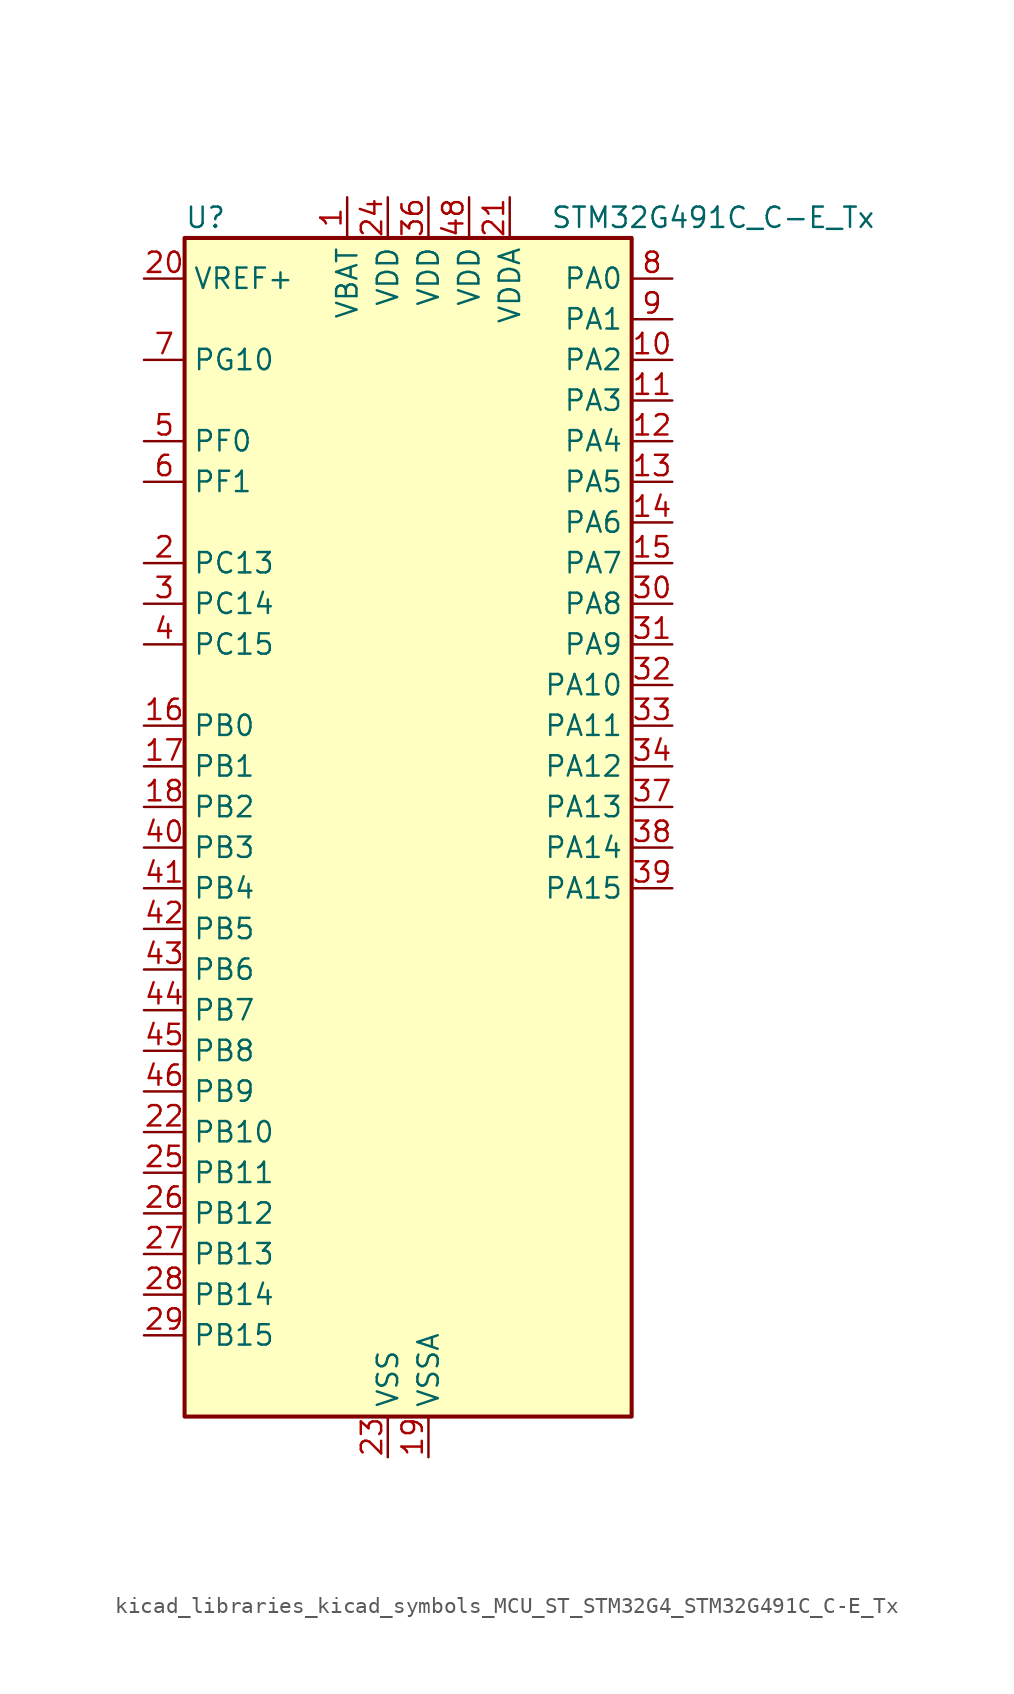
<source format=kicad_sym>
(kicad_symbol_lib
  (version 20220914)
  (generator kicad_symbol_editor)
  (symbol "kicad_libraries_kicad_symbols_MCU_ST_STM32G4_STM32G491C_C-E_Tx"
    (property "Reference" "U"
      (at -12.7 39.37 0)
      (effects (font (size 1.27 1.27)) (justify left)))
    (property "Value" "STM32G491C_C-E_Tx"
      (at 10.16 39.37 0)
      (effects (font (size 1.27 1.27)) (justify left)))
    (property "ki_locked" ""
      (at 0 0 0)
      (effects (font (size 1.27 1.27))))
    (symbol "kicad_libraries_kicad_symbols_MCU_ST_STM32G4_STM32G491C_C-E_Tx_0_1"
      (rectangle (start -12.7 -35.56) (end 15.24 38.1) (stroke (width 0.254) (type default)) (fill (type background))))
    (symbol "kicad_libraries_kicad_symbols_MCU_ST_STM32G4_STM32G491C_C-E_Tx_1_1"
      (pin power_in line (at -2.54 40.64 270) (length 2.54) (name "VBAT" (effects (font (size 1.27 1.27)))) (number "1" (effects (font (size 1.27 1.27)))))
      (pin bidirectional line (at 17.78 30.48 180) (length 2.54) (name "PA2" (effects (font (size 1.27 1.27)))) (number "10" (effects (font (size 1.27 1.27)))) (alternate "ADC1_IN3" bidirectional line) (alternate "ADC3_EXTI2" bidirectional line) (alternate "COMP2_INM" bidirectional line) (alternate "COMP2_OUT" bidirectional line) (alternate "LPUART1_TX" bidirectional line) (alternate "OPAMP1_VOUT" bidirectional line) (alternate "QUADSPI1_BK1_NCS" bidirectional line) (alternate "RCC_LSCO" bidirectional line) (alternate "SYS_WKUP4" bidirectional line) (alternate "TIM15_CH1" bidirectional line) (alternate "TIM2_CH3" bidirectional line) (alternate "UCPD1_FRSTX1" bidirectional line) (alternate "UCPD1_FRSTX2" bidirectional line) (alternate "USART2_TX" bidirectional line))
      (pin bidirectional line (at 17.78 27.94 180) (length 2.54) (name "PA3" (effects (font (size 1.27 1.27)))) (number "11" (effects (font (size 1.27 1.27)))) (alternate "ADC1_IN4" bidirectional line) (alternate "ADC3_EXTI3" bidirectional line) (alternate "COMP2_INP" bidirectional line) (alternate "LPUART1_RX" bidirectional line) (alternate "OPAMP1_VINM" bidirectional line) (alternate "OPAMP1_VINM0" bidirectional line) (alternate "OPAMP1_VINM_SEC" bidirectional line) (alternate "OPAMP1_VINP" bidirectional line) (alternate "OPAMP1_VINP_SEC" bidirectional line) (alternate "QUADSPI1_CLK" bidirectional line) (alternate "SAI1_CK1" bidirectional line) (alternate "SAI1_MCLK_A" bidirectional line) (alternate "TIM15_CH2" bidirectional line) (alternate "TIM2_CH4" bidirectional line) (alternate "USART2_RX" bidirectional line))
      (pin bidirectional line (at 17.78 25.4 180) (length 2.54) (name "PA4" (effects (font (size 1.27 1.27)))) (number "12" (effects (font (size 1.27 1.27)))) (alternate "ADC2_IN17" bidirectional line) (alternate "COMP1_INM" bidirectional line) (alternate "DAC1_OUT1" bidirectional line) (alternate "I2S3_WS" bidirectional line) (alternate "SAI1_FS_B" bidirectional line) (alternate "SPI1_NSS" bidirectional line) (alternate "SPI3_NSS" bidirectional line) (alternate "TIM3_CH2" bidirectional line) (alternate "USART2_CK" bidirectional line))
      (pin bidirectional line (at 17.78 22.86 180) (length 2.54) (name "PA5" (effects (font (size 1.27 1.27)))) (number "13" (effects (font (size 1.27 1.27)))) (alternate "ADC2_IN13" bidirectional line) (alternate "COMP2_INM" bidirectional line) (alternate "DAC1_OUT2" bidirectional line) (alternate "OPAMP2_VINM" bidirectional line) (alternate "OPAMP2_VINM0" bidirectional line) (alternate "OPAMP2_VINM_SEC" bidirectional line) (alternate "SPI1_SCK" bidirectional line) (alternate "TIM2_CH1" bidirectional line) (alternate "TIM2_ETR" bidirectional line) (alternate "UCPD1_FRSTX1" bidirectional line) (alternate "UCPD1_FRSTX2" bidirectional line))
      (pin bidirectional line (at 17.78 20.32 180) (length 2.54) (name "PA6" (effects (font (size 1.27 1.27)))) (number "14" (effects (font (size 1.27 1.27)))) (alternate "ADC2_IN3" bidirectional line) (alternate "COMP1_OUT" bidirectional line) (alternate "LPUART1_CTS" bidirectional line) (alternate "OPAMP2_VOUT" bidirectional line) (alternate "QUADSPI1_BK1_IO3" bidirectional line) (alternate "SPI1_MISO" bidirectional line) (alternate "TIM16_CH1" bidirectional line) (alternate "TIM1_BKIN" bidirectional line) (alternate "TIM3_CH1" bidirectional line) (alternate "TIM8_BKIN" bidirectional line))
      (pin bidirectional line (at 17.78 17.78 180) (length 2.54) (name "PA7" (effects (font (size 1.27 1.27)))) (number "15" (effects (font (size 1.27 1.27)))) (alternate "ADC2_IN4" bidirectional line) (alternate "COMP2_INP" bidirectional line) (alternate "COMP2_OUT" bidirectional line) (alternate "OPAMP1_VINP" bidirectional line) (alternate "OPAMP1_VINP_SEC" bidirectional line) (alternate "OPAMP2_VINP" bidirectional line) (alternate "OPAMP2_VINP_SEC" bidirectional line) (alternate "QUADSPI1_BK1_IO2" bidirectional line) (alternate "SPI1_MOSI" bidirectional line) (alternate "TIM17_CH1" bidirectional line) (alternate "TIM1_CH1N" bidirectional line) (alternate "TIM3_CH2" bidirectional line) (alternate "TIM8_CH1N" bidirectional line) (alternate "UCPD1_FRSTX1" bidirectional line) (alternate "UCPD1_FRSTX2" bidirectional line))
      (pin bidirectional line (at -15.24 7.62 0) (length 2.54) (name "PB0" (effects (font (size 1.27 1.27)))) (number "16" (effects (font (size 1.27 1.27)))) (alternate "ADC1_IN15" bidirectional line) (alternate "ADC3_IN12" bidirectional line) (alternate "COMP4_INP" bidirectional line) (alternate "OPAMP2_VINP" bidirectional line) (alternate "OPAMP2_VINP_SEC" bidirectional line) (alternate "OPAMP3_VINP" bidirectional line) (alternate "OPAMP3_VINP_SEC" bidirectional line) (alternate "QUADSPI1_BK1_IO1" bidirectional line) (alternate "TIM1_CH2N" bidirectional line) (alternate "TIM3_CH3" bidirectional line) (alternate "TIM8_CH2N" bidirectional line) (alternate "UCPD1_FRSTX1" bidirectional line) (alternate "UCPD1_FRSTX2" bidirectional line))
      (pin bidirectional line (at -15.24 5.08 0) (length 2.54) (name "PB1" (effects (font (size 1.27 1.27)))) (number "17" (effects (font (size 1.27 1.27)))) (alternate "ADC1_IN12" bidirectional line) (alternate "ADC3_IN1" bidirectional line) (alternate "COMP1_INP" bidirectional line) (alternate "COMP4_OUT" bidirectional line) (alternate "LPUART1_DE" bidirectional line) (alternate "LPUART1_RTS" bidirectional line) (alternate "OPAMP3_VOUT" bidirectional line) (alternate "OPAMP6_VINM" bidirectional line) (alternate "OPAMP6_VINM1" bidirectional line) (alternate "OPAMP6_VINM_SEC" bidirectional line) (alternate "QUADSPI1_BK1_IO0" bidirectional line) (alternate "TIM1_CH3N" bidirectional line) (alternate "TIM3_CH4" bidirectional line) (alternate "TIM8_CH3N" bidirectional line))
      (pin bidirectional line (at -15.24 2.54 0) (length 2.54) (name "PB2" (effects (font (size 1.27 1.27)))) (number "18" (effects (font (size 1.27 1.27)))) (alternate "ADC2_IN12" bidirectional line) (alternate "ADC3_EXTI2" bidirectional line) (alternate "COMP4_INM" bidirectional line) (alternate "I2C3_SMBA" bidirectional line) (alternate "LPTIM1_OUT" bidirectional line) (alternate "OPAMP3_VINM" bidirectional line) (alternate "OPAMP3_VINM0" bidirectional line) (alternate "OPAMP3_VINM_SEC" bidirectional line) (alternate "QUADSPI1_BK2_IO1" bidirectional line) (alternate "RTC_OUT2" bidirectional line) (alternate "TIM20_CH1" bidirectional line))
      (pin power_in line (at 2.54 -38.1 90) (length 2.54) (name "VSSA" (effects (font (size 1.27 1.27)))) (number "19" (effects (font (size 1.27 1.27)))))
      (pin bidirectional line (at -15.24 17.78 0) (length 2.54) (name "PC13" (effects (font (size 1.27 1.27)))) (number "2" (effects (font (size 1.27 1.27)))) (alternate "RTC_OUT1" bidirectional line) (alternate "RTC_TAMP1" bidirectional line) (alternate "RTC_TS" bidirectional line) (alternate "SYS_WKUP2" bidirectional line) (alternate "TIM1_BKIN" bidirectional line) (alternate "TIM1_CH1N" bidirectional line) (alternate "TIM8_CH4N" bidirectional line))
      (pin input line (at -15.24 35.56 0) (length 2.54) (name "VREF+" (effects (font (size 1.27 1.27)))) (number "20" (effects (font (size 1.27 1.27)))) (alternate "VREFBUF_OUT" bidirectional line))
      (pin power_in line (at 7.62 40.64 270) (length 2.54) (name "VDDA" (effects (font (size 1.27 1.27)))) (number "21" (effects (font (size 1.27 1.27)))))
      (pin bidirectional line (at -15.24 -17.78 0) (length 2.54) (name "PB10" (effects (font (size 1.27 1.27)))) (number "22" (effects (font (size 1.27 1.27)))) (alternate "DAC1_EXTI10" bidirectional line) (alternate "DAC3_EXTI10" bidirectional line) (alternate "LPUART1_RX" bidirectional line) (alternate "OPAMP3_VINM" bidirectional line) (alternate "OPAMP3_VINM1" bidirectional line) (alternate "OPAMP3_VINM_SEC" bidirectional line) (alternate "QUADSPI1_CLK" bidirectional line) (alternate "SAI1_SCK_A" bidirectional line) (alternate "TIM1_BKIN" bidirectional line) (alternate "TIM2_CH3" bidirectional line) (alternate "USART3_TX" bidirectional line))
      (pin power_in line (at 0 -38.1 90) (length 2.54) (name "VSS" (effects (font (size 1.27 1.27)))) (number "23" (effects (font (size 1.27 1.27)))))
      (pin power_in line (at 0 40.64 270) (length 2.54) (name "VDD" (effects (font (size 1.27 1.27)))) (number "24" (effects (font (size 1.27 1.27)))))
      (pin bidirectional line (at -15.24 -20.32 0) (length 2.54) (name "PB11" (effects (font (size 1.27 1.27)))) (number "25" (effects (font (size 1.27 1.27)))) (alternate "ADC1_EXTI11" bidirectional line) (alternate "ADC1_IN14" bidirectional line) (alternate "ADC2_EXTI11" bidirectional line) (alternate "ADC2_IN14" bidirectional line) (alternate "LPUART1_TX" bidirectional line) (alternate "OPAMP6_VOUT" bidirectional line) (alternate "QUADSPI1_BK1_NCS" bidirectional line) (alternate "TIM2_CH4" bidirectional line) (alternate "USART3_RX" bidirectional line))
      (pin bidirectional line (at -15.24 -22.86 0) (length 2.54) (name "PB12" (effects (font (size 1.27 1.27)))) (number "26" (effects (font (size 1.27 1.27)))) (alternate "ADC1_IN11" bidirectional line) (alternate "FDCAN2_RX" bidirectional line) (alternate "I2C2_SMBA" bidirectional line) (alternate "I2S2_WS" bidirectional line) (alternate "LPUART1_DE" bidirectional line) (alternate "LPUART1_RTS" bidirectional line) (alternate "OPAMP6_VINP" bidirectional line) (alternate "OPAMP6_VINP_SEC" bidirectional line) (alternate "SPI2_NSS" bidirectional line) (alternate "TIM1_BKIN" bidirectional line) (alternate "USART3_CK" bidirectional line))
      (pin bidirectional line (at -15.24 -25.4 0) (length 2.54) (name "PB13" (effects (font (size 1.27 1.27)))) (number "27" (effects (font (size 1.27 1.27)))) (alternate "ADC3_IN5" bidirectional line) (alternate "FDCAN2_TX" bidirectional line) (alternate "I2S2_CK" bidirectional line) (alternate "LPUART1_CTS" bidirectional line) (alternate "OPAMP3_VINP" bidirectional line) (alternate "OPAMP3_VINP_SEC" bidirectional line) (alternate "OPAMP6_VINP" bidirectional line) (alternate "OPAMP6_VINP_SEC" bidirectional line) (alternate "SPI2_SCK" bidirectional line) (alternate "TIM1_CH1N" bidirectional line) (alternate "USART3_CTS" bidirectional line) (alternate "USART3_NSS" bidirectional line))
      (pin bidirectional line (at -15.24 -27.94 0) (length 2.54) (name "PB14" (effects (font (size 1.27 1.27)))) (number "28" (effects (font (size 1.27 1.27)))) (alternate "ADC1_IN5" bidirectional line) (alternate "COMP4_OUT" bidirectional line) (alternate "OPAMP2_VINP" bidirectional line) (alternate "OPAMP2_VINP_SEC" bidirectional line) (alternate "SPI2_MISO" bidirectional line) (alternate "TIM15_CH1" bidirectional line) (alternate "TIM1_CH2N" bidirectional line) (alternate "USART3_DE" bidirectional line) (alternate "USART3_RTS" bidirectional line))
      (pin bidirectional line (at -15.24 -30.48 0) (length 2.54) (name "PB15" (effects (font (size 1.27 1.27)))) (number "29" (effects (font (size 1.27 1.27)))) (alternate "ADC1_EXTI15" bidirectional line) (alternate "ADC2_EXTI15" bidirectional line) (alternate "ADC2_IN15" bidirectional line) (alternate "COMP3_OUT" bidirectional line) (alternate "I2S2_SD" bidirectional line) (alternate "RTC_REFIN" bidirectional line) (alternate "SPI2_MOSI" bidirectional line) (alternate "TIM15_CH1N" bidirectional line) (alternate "TIM15_CH2" bidirectional line) (alternate "TIM1_CH3N" bidirectional line))
      (pin bidirectional line (at -15.24 15.24 0) (length 2.54) (name "PC14" (effects (font (size 1.27 1.27)))) (number "3" (effects (font (size 1.27 1.27)))) (alternate "RCC_OSC32_IN" bidirectional line))
      (pin bidirectional line (at 17.78 15.24 180) (length 2.54) (name "PA8" (effects (font (size 1.27 1.27)))) (number "30" (effects (font (size 1.27 1.27)))) (alternate "I2C2_SDA" bidirectional line) (alternate "I2C3_SCL" bidirectional line) (alternate "I2S2_MCK" bidirectional line) (alternate "RCC_MCO" bidirectional line) (alternate "SAI1_CK2" bidirectional line) (alternate "SAI1_SCK_A" bidirectional line) (alternate "TIM1_CH1" bidirectional line) (alternate "TIM4_ETR" bidirectional line) (alternate "USART1_CK" bidirectional line))
      (pin bidirectional line (at 17.78 12.7 180) (length 2.54) (name "PA9" (effects (font (size 1.27 1.27)))) (number "31" (effects (font (size 1.27 1.27)))) (alternate "DAC1_EXTI9" bidirectional line) (alternate "DAC3_EXTI9" bidirectional line) (alternate "I2C2_SCL" bidirectional line) (alternate "I2C3_SMBA" bidirectional line) (alternate "I2S3_MCK" bidirectional line) (alternate "SAI1_FS_A" bidirectional line) (alternate "TIM15_BKIN" bidirectional line) (alternate "TIM1_CH2" bidirectional line) (alternate "TIM2_CH3" bidirectional line) (alternate "UCPD1_DBCC1" bidirectional line) (alternate "USART1_TX" bidirectional line))
      (pin bidirectional line (at 17.78 10.16 180) (length 2.54) (name "PA10" (effects (font (size 1.27 1.27)))) (number "32" (effects (font (size 1.27 1.27)))) (alternate "CRS_SYNC" bidirectional line) (alternate "DAC1_EXTI10" bidirectional line) (alternate "DAC3_EXTI10" bidirectional line) (alternate "I2C2_SMBA" bidirectional line) (alternate "SAI1_D1" bidirectional line) (alternate "SAI1_SD_A" bidirectional line) (alternate "SPI2_MISO" bidirectional line) (alternate "TIM17_BKIN" bidirectional line) (alternate "TIM1_CH3" bidirectional line) (alternate "TIM2_CH4" bidirectional line) (alternate "TIM8_BKIN" bidirectional line) (alternate "UCPD1_DBCC2" bidirectional line) (alternate "USART1_RX" bidirectional line))
      (pin bidirectional line (at 17.78 7.62 180) (length 2.54) (name "PA11" (effects (font (size 1.27 1.27)))) (number "33" (effects (font (size 1.27 1.27)))) (alternate "ADC1_EXTI11" bidirectional line) (alternate "ADC2_EXTI11" bidirectional line) (alternate "COMP1_OUT" bidirectional line) (alternate "FDCAN1_RX" bidirectional line) (alternate "I2S2_SD" bidirectional line) (alternate "SPI2_MOSI" bidirectional line) (alternate "TIM1_BKIN2" bidirectional line) (alternate "TIM1_CH1N" bidirectional line) (alternate "TIM1_CH4" bidirectional line) (alternate "TIM4_CH1" bidirectional line) (alternate "USART1_CTS" bidirectional line) (alternate "USART1_NSS" bidirectional line) (alternate "USB_DM" bidirectional line))
      (pin bidirectional line (at 17.78 5.08 180) (length 2.54) (name "PA12" (effects (font (size 1.27 1.27)))) (number "34" (effects (font (size 1.27 1.27)))) (alternate "COMP2_OUT" bidirectional line) (alternate "FDCAN1_TX" bidirectional line) (alternate "I2S_CKIN" bidirectional line) (alternate "TIM16_CH1" bidirectional line) (alternate "TIM1_CH2N" bidirectional line) (alternate "TIM1_ETR" bidirectional line) (alternate "TIM4_CH2" bidirectional line) (alternate "USART1_DE" bidirectional line) (alternate "USART1_RTS" bidirectional line) (alternate "USB_DP" bidirectional line))
      (pin passive line (at 0 -38.1 90) (length 2.54) hide (name "VSS" (effects (font (size 1.27 1.27)))) (number "35" (effects (font (size 1.27 1.27)))))
      (pin power_in line (at 2.54 40.64 270) (length 2.54) (name "VDD" (effects (font (size 1.27 1.27)))) (number "36" (effects (font (size 1.27 1.27)))))
      (pin bidirectional line (at 17.78 2.54 180) (length 2.54) (name "PA13" (effects (font (size 1.27 1.27)))) (number "37" (effects (font (size 1.27 1.27)))) (alternate "I2C1_SCL" bidirectional line) (alternate "IR_OUT" bidirectional line) (alternate "SAI1_SD_B" bidirectional line) (alternate "SYS_JTMS-SWDIO" bidirectional line) (alternate "TIM16_CH1N" bidirectional line) (alternate "TIM4_CH3" bidirectional line) (alternate "USART3_CTS" bidirectional line) (alternate "USART3_NSS" bidirectional line))
      (pin bidirectional line (at 17.78 0 180) (length 2.54) (name "PA14" (effects (font (size 1.27 1.27)))) (number "38" (effects (font (size 1.27 1.27)))) (alternate "I2C1_SDA" bidirectional line) (alternate "LPTIM1_OUT" bidirectional line) (alternate "SAI1_FS_B" bidirectional line) (alternate "SYS_JTCK-SWCLK" bidirectional line) (alternate "TIM1_BKIN" bidirectional line) (alternate "TIM8_CH2" bidirectional line) (alternate "USART2_TX" bidirectional line))
      (pin bidirectional line (at 17.78 -2.54 180) (length 2.54) (name "PA15" (effects (font (size 1.27 1.27)))) (number "39" (effects (font (size 1.27 1.27)))) (alternate "ADC1_EXTI15" bidirectional line) (alternate "ADC2_EXTI15" bidirectional line) (alternate "I2C1_SCL" bidirectional line) (alternate "I2S3_WS" bidirectional line) (alternate "SPI1_NSS" bidirectional line) (alternate "SPI3_NSS" bidirectional line) (alternate "SYS_JTDI" bidirectional line) (alternate "TIM1_BKIN" bidirectional line) (alternate "TIM20_ETR" bidirectional line) (alternate "TIM2_CH1" bidirectional line) (alternate "TIM2_ETR" bidirectional line) (alternate "TIM8_CH1" bidirectional line) (alternate "USART2_RX" bidirectional line))
      (pin bidirectional line (at -15.24 12.7 0) (length 2.54) (name "PC15" (effects (font (size 1.27 1.27)))) (number "4" (effects (font (size 1.27 1.27)))) (alternate "ADC1_EXTI15" bidirectional line) (alternate "ADC2_EXTI15" bidirectional line) (alternate "RCC_OSC32_OUT" bidirectional line))
      (pin bidirectional line (at -15.24 0 0) (length 2.54) (name "PB3" (effects (font (size 1.27 1.27)))) (number "40" (effects (font (size 1.27 1.27)))) (alternate "ADC3_EXTI3" bidirectional line) (alternate "CRS_SYNC" bidirectional line) (alternate "I2S3_CK" bidirectional line) (alternate "SAI1_SCK_B" bidirectional line) (alternate "SPI1_SCK" bidirectional line) (alternate "SPI3_SCK" bidirectional line) (alternate "SYS_JTDO-SWO" bidirectional line) (alternate "TIM2_CH2" bidirectional line) (alternate "TIM3_ETR" bidirectional line) (alternate "TIM4_ETR" bidirectional line) (alternate "TIM8_CH1N" bidirectional line) (alternate "USART2_TX" bidirectional line))
      (pin bidirectional line (at -15.24 -2.54 0) (length 2.54) (name "PB4" (effects (font (size 1.27 1.27)))) (number "41" (effects (font (size 1.27 1.27)))) (alternate "SAI1_MCLK_B" bidirectional line) (alternate "SPI1_MISO" bidirectional line) (alternate "SPI3_MISO" bidirectional line) (alternate "SYS_JTRST" bidirectional line) (alternate "TIM16_CH1" bidirectional line) (alternate "TIM17_BKIN" bidirectional line) (alternate "TIM3_CH1" bidirectional line) (alternate "TIM8_CH2N" bidirectional line) (alternate "UCPD1_CC2" bidirectional line) (alternate "USART2_RX" bidirectional line))
      (pin bidirectional line (at -15.24 -5.08 0) (length 2.54) (name "PB5" (effects (font (size 1.27 1.27)))) (number "42" (effects (font (size 1.27 1.27)))) (alternate "FDCAN2_RX" bidirectional line) (alternate "I2C1_SMBA" bidirectional line) (alternate "I2C3_SDA" bidirectional line) (alternate "I2S3_SD" bidirectional line) (alternate "LPTIM1_IN1" bidirectional line) (alternate "SAI1_SD_B" bidirectional line) (alternate "SPI1_MOSI" bidirectional line) (alternate "SPI3_MOSI" bidirectional line) (alternate "TIM16_BKIN" bidirectional line) (alternate "TIM17_CH1" bidirectional line) (alternate "TIM3_CH2" bidirectional line) (alternate "TIM8_CH3N" bidirectional line) (alternate "USART2_CK" bidirectional line))
      (pin bidirectional line (at -15.24 -7.62 0) (length 2.54) (name "PB6" (effects (font (size 1.27 1.27)))) (number "43" (effects (font (size 1.27 1.27)))) (alternate "COMP4_OUT" bidirectional line) (alternate "FDCAN2_TX" bidirectional line) (alternate "LPTIM1_ETR" bidirectional line) (alternate "SAI1_FS_B" bidirectional line) (alternate "TIM16_CH1N" bidirectional line) (alternate "TIM4_CH1" bidirectional line) (alternate "TIM8_BKIN2" bidirectional line) (alternate "TIM8_CH1" bidirectional line) (alternate "TIM8_ETR" bidirectional line) (alternate "UCPD1_CC1" bidirectional line) (alternate "USART1_TX" bidirectional line))
      (pin bidirectional line (at -15.24 -10.16 0) (length 2.54) (name "PB7" (effects (font (size 1.27 1.27)))) (number "44" (effects (font (size 1.27 1.27)))) (alternate "COMP3_OUT" bidirectional line) (alternate "I2C1_SDA" bidirectional line) (alternate "LPTIM1_IN2" bidirectional line) (alternate "SYS_PVD_IN" bidirectional line) (alternate "TIM17_CH1N" bidirectional line) (alternate "TIM3_CH4" bidirectional line) (alternate "TIM4_CH2" bidirectional line) (alternate "TIM8_BKIN" bidirectional line) (alternate "USART1_RX" bidirectional line))
      (pin bidirectional line (at -15.24 -12.7 0) (length 2.54) (name "PB8" (effects (font (size 1.27 1.27)))) (number "45" (effects (font (size 1.27 1.27)))) (alternate "COMP1_OUT" bidirectional line) (alternate "FDCAN1_RX" bidirectional line) (alternate "I2C1_SCL" bidirectional line) (alternate "SAI1_CK1" bidirectional line) (alternate "SAI1_MCLK_A" bidirectional line) (alternate "TIM16_CH1" bidirectional line) (alternate "TIM1_BKIN" bidirectional line) (alternate "TIM4_CH3" bidirectional line) (alternate "TIM8_CH2" bidirectional line) (alternate "USART3_RX" bidirectional line))
      (pin bidirectional line (at -15.24 -15.24 0) (length 2.54) (name "PB9" (effects (font (size 1.27 1.27)))) (number "46" (effects (font (size 1.27 1.27)))) (alternate "COMP2_OUT" bidirectional line) (alternate "DAC1_EXTI9" bidirectional line) (alternate "DAC3_EXTI9" bidirectional line) (alternate "FDCAN1_TX" bidirectional line) (alternate "I2C1_SDA" bidirectional line) (alternate "IR_OUT" bidirectional line) (alternate "SAI1_D2" bidirectional line) (alternate "SAI1_FS_A" bidirectional line) (alternate "TIM17_CH1" bidirectional line) (alternate "TIM1_CH3N" bidirectional line) (alternate "TIM4_CH4" bidirectional line) (alternate "TIM8_CH3" bidirectional line) (alternate "USART3_TX" bidirectional line))
      (pin passive line (at 0 -38.1 90) (length 2.54) hide (name "VSS" (effects (font (size 1.27 1.27)))) (number "47" (effects (font (size 1.27 1.27)))))
      (pin power_in line (at 5.08 40.64 270) (length 2.54) (name "VDD" (effects (font (size 1.27 1.27)))) (number "48" (effects (font (size 1.27 1.27)))))
      (pin bidirectional line (at -15.24 25.4 0) (length 2.54) (name "PF0" (effects (font (size 1.27 1.27)))) (number "5" (effects (font (size 1.27 1.27)))) (alternate "ADC1_IN10" bidirectional line) (alternate "I2C2_SDA" bidirectional line) (alternate "I2S2_WS" bidirectional line) (alternate "RCC_OSC_IN" bidirectional line) (alternate "SPI2_NSS" bidirectional line) (alternate "TIM1_CH3N" bidirectional line))
      (pin bidirectional line (at -15.24 22.86 0) (length 2.54) (name "PF1" (effects (font (size 1.27 1.27)))) (number "6" (effects (font (size 1.27 1.27)))) (alternate "ADC2_IN10" bidirectional line) (alternate "COMP3_INM" bidirectional line) (alternate "I2S2_CK" bidirectional line) (alternate "RCC_OSC_OUT" bidirectional line) (alternate "SPI2_SCK" bidirectional line))
      (pin bidirectional line (at -15.24 30.48 0) (length 2.54) (name "PG10" (effects (font (size 1.27 1.27)))) (number "7" (effects (font (size 1.27 1.27)))) (alternate "DAC1_EXTI10" bidirectional line) (alternate "DAC3_EXTI10" bidirectional line) (alternate "RCC_MCO" bidirectional line))
      (pin bidirectional line (at 17.78 35.56 180) (length 2.54) (name "PA0" (effects (font (size 1.27 1.27)))) (number "8" (effects (font (size 1.27 1.27)))) (alternate "ADC1_IN1" bidirectional line) (alternate "ADC2_IN1" bidirectional line) (alternate "COMP1_INM" bidirectional line) (alternate "COMP1_OUT" bidirectional line) (alternate "COMP3_INP" bidirectional line) (alternate "RTC_TAMP2" bidirectional line) (alternate "SYS_WKUP1" bidirectional line) (alternate "TIM2_CH1" bidirectional line) (alternate "TIM2_ETR" bidirectional line) (alternate "TIM8_BKIN" bidirectional line) (alternate "TIM8_ETR" bidirectional line) (alternate "USART2_CTS" bidirectional line) (alternate "USART2_NSS" bidirectional line))
      (pin bidirectional line (at 17.78 33.02 180) (length 2.54) (name "PA1" (effects (font (size 1.27 1.27)))) (number "9" (effects (font (size 1.27 1.27)))) (alternate "ADC1_IN2" bidirectional line) (alternate "ADC2_IN2" bidirectional line) (alternate "COMP1_INP" bidirectional line) (alternate "OPAMP1_VINP" bidirectional line) (alternate "OPAMP1_VINP_SEC" bidirectional line) (alternate "OPAMP3_VINP" bidirectional line) (alternate "OPAMP3_VINP_SEC" bidirectional line) (alternate "OPAMP6_VINM" bidirectional line) (alternate "OPAMP6_VINM0" bidirectional line) (alternate "OPAMP6_VINM_SEC" bidirectional line) (alternate "RTC_REFIN" bidirectional line) (alternate "TIM15_CH1N" bidirectional line) (alternate "TIM2_CH2" bidirectional line) (alternate "USART2_DE" bidirectional line) (alternate "USART2_RTS" bidirectional line)))))
</source>
